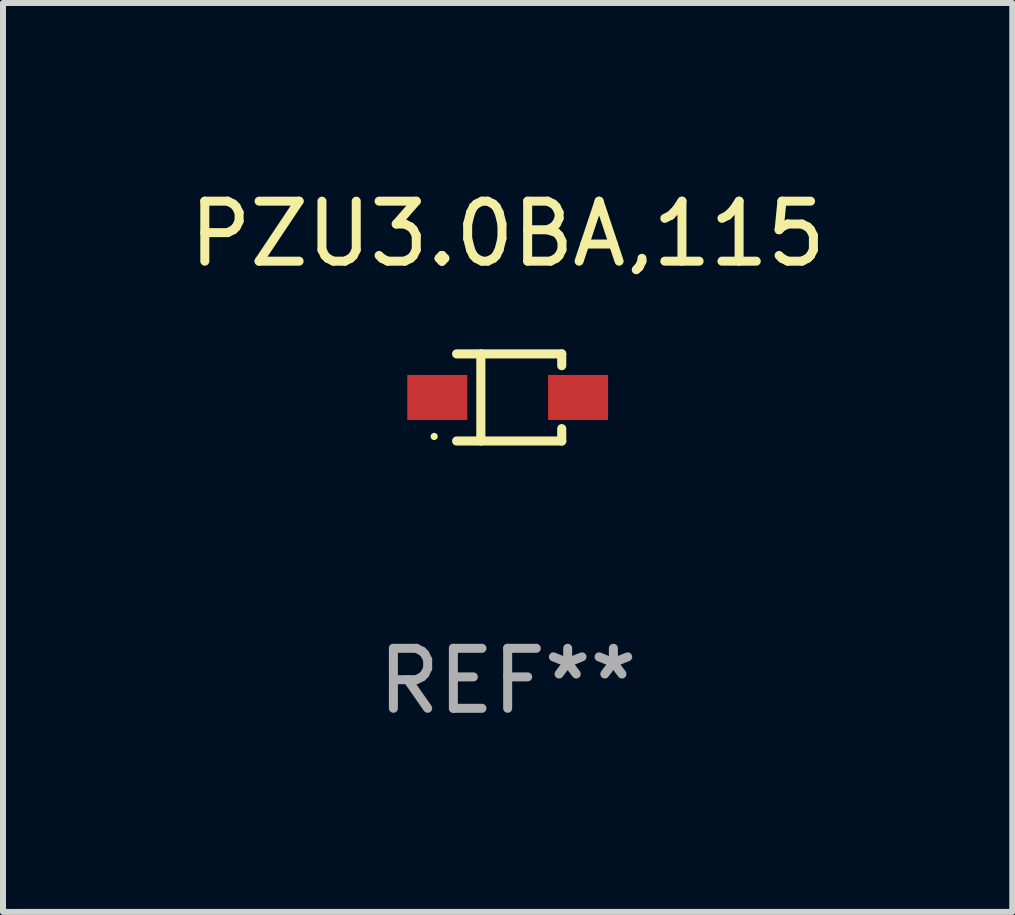
<source format=kicad_pcb>
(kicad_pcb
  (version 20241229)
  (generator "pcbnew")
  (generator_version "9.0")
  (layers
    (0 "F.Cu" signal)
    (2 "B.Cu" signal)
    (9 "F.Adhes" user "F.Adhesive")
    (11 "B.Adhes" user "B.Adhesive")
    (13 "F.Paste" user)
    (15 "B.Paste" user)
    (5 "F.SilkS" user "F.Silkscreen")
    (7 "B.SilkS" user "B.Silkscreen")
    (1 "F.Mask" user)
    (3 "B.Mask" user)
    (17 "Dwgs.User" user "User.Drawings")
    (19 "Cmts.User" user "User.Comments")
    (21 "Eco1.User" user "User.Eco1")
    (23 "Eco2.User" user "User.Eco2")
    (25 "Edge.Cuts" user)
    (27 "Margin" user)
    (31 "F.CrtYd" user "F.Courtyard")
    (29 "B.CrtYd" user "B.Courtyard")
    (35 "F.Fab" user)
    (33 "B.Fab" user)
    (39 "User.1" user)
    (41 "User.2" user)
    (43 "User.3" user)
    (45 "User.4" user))
  (footprint "PZU3.0BA,115"
    (layer "F.Cu")
    (at 5.411 3.574)
    (property "Reference" "PZU3.0BA,115" (at 0 -2.726 0) (layer "F.SilkS") (effects (font (size 1 1) (thickness 0.15))))
    (attr through_hole)
    (fp_line (start -0.851 -0.726) (end 0.901 -0.726) (stroke (width 0.152) (type solid)) (layer "F.SilkS"))
    (fp_line (start -0.851 0.726) (end 0.901 0.726) (stroke (width 0.152) (type solid)) (layer "F.SilkS"))
    (fp_line (start -0.447 -0.726) (end -0.447 0.726) (stroke (width 0.152) (type solid)) (layer "F.SilkS"))
    (fp_line (start 0.901 -0.726) (end 0.901 -0.53) (stroke (width 0.152) (type solid)) (layer "F.SilkS"))
    (fp_line (start 0.901 0.726) (end 0.901 0.52) (stroke (width 0.152) (type solid)) (layer "F.SilkS"))
    (fp_circle (center -1.225 0.65) (end -1.195 0.65) (stroke (width 0.06) (type solid)) (fill no) (layer "F.SilkS"))
    (fp_text user "REF**" (at 0 4.726 0) (layer "F.Fab") (effects (font (size 1 1) (thickness 0.15))))
    (pad "1" smd rect (at -1.173 0) (size 1 0.75) (layers "F.Cu" "F.Mask" "F.Paste"))
    (pad "2" smd rect (at 1.173 0) (size 1 0.75) (layers "F.Cu" "F.Mask" "F.Paste")))
  (gr_rect
    (start -3 -3)
    (end 13.821 12.149)
    (stroke (width 0.1) (type default))
    (fill no)
    (layer "Edge.Cuts")))
</source>
